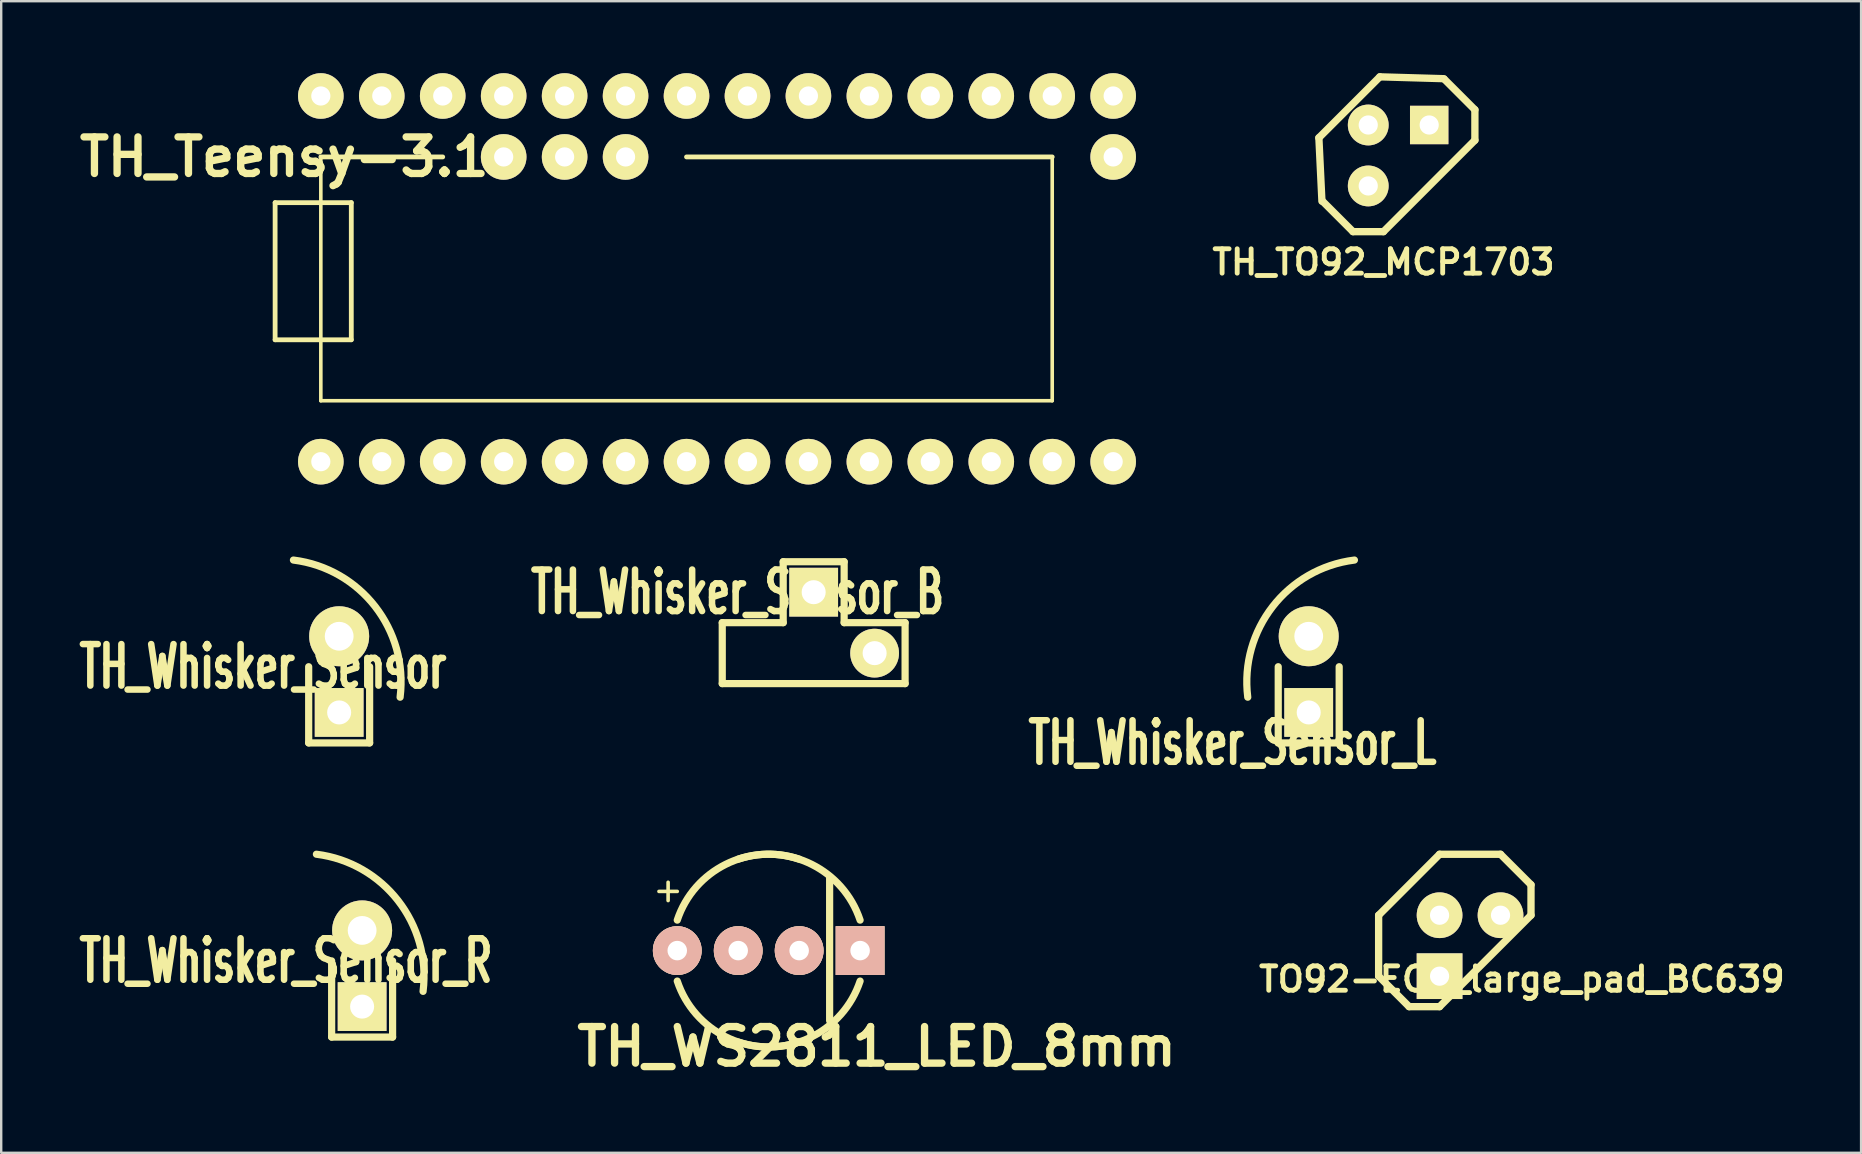
<source format=kicad_pcb>
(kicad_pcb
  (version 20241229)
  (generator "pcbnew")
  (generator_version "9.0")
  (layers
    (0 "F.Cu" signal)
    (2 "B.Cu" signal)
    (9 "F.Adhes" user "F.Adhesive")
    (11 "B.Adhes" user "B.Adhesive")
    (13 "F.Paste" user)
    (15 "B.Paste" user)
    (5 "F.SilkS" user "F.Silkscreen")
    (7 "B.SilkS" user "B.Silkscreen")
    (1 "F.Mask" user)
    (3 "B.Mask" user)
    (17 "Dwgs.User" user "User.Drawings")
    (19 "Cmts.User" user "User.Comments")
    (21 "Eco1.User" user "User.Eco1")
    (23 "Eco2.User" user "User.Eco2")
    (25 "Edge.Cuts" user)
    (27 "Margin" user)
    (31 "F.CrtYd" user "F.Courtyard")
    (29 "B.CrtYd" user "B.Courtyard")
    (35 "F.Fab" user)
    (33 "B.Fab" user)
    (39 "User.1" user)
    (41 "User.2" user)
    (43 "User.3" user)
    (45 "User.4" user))
  (footprint "TH_WS2811_LED_8mm"
    (layer "F.Cu")
    (at 28.984 36.565)
    (property "Reference" "TH_WS2811_LED_8mm" (at 4.5 4 0) (layer "F.SilkS") (effects (font (size 1.524 1.524) (thickness 0.305))))
    (attr exclude_from_pos_files exclude_from_bom)
    (fp_line (start 2.54 -3.048) (end 2.54 2.921) (stroke (width 0.3) (type solid)) (layer "F.SilkS"))
    (fp_arc (start -3.81 -1.27) (mid -1.796051 -3.592102) (end 1.27 -3.81) (stroke (width 0.3) (type solid)) (layer "F.SilkS"))
    (fp_arc (start -1.27 -3.81) (mid 1.796051 -3.592102) (end 3.81 -1.27) (stroke (width 0.3) (type solid)) (layer "F.SilkS"))
    (fp_arc (start 1.27 3.81) (mid -1.796051 3.592102) (end -3.81 1.27) (stroke (width 0.3) (type solid)) (layer "F.SilkS"))
    (fp_arc (start 3.81 1.27) (mid 1.796051 3.592102) (end -1.27 3.81) (stroke (width 0.3) (type solid)) (layer "F.SilkS"))
    (fp_text user "+" (at -4.191 -2.54 0) (layer "F.SilkS") (effects (font (size 1 1) (thickness 0.15))))
    (pad "1" thru_hole rect (at 3.81 0) (size 2.032 2.032) (drill 0.813) (layers "*.Cu" "*.SilkS" "*.Mask" "F.Paste"))
    (pad "2" thru_hole circle (at 1.27 0) (size 2.032 2.032) (drill 0.813) (layers "*.Cu" "*.SilkS" "*.Mask" "F.Paste"))
    (pad "3" thru_hole circle (at -1.27 0) (size 2.032 2.032) (drill 0.813) (layers "*.Cu" "*.SilkS" "*.Mask" "F.Paste"))
    (pad "4" thru_hole circle (at -3.81 0) (size 2.032 2.032) (drill 0.813) (layers "*.Cu" "*.SilkS" "*.Mask" "F.Paste")))
  (footprint "TH_TO92_MCP1703"
    (layer "F.Cu")
    (at 55.875 4.064)
    (property "Reference" "TH_TO92_MCP1703" (at -1.27 3.81 0) (layer "F.SilkS") (effects (font (size 1.016 1.016) (thickness 0.203))))
    (attr through_hole)
    (fp_line (start -3.962 -1.372) (end -3.835 1.27) (stroke (width 0.305) (type solid)) (layer "F.SilkS"))
    (fp_line (start -3.81 1.27) (end -2.54 2.54) (stroke (width 0.305) (type solid)) (layer "F.SilkS"))
    (fp_line (start -2.54 2.54) (end -1.27 2.54) (stroke (width 0.305) (type solid)) (layer "F.SilkS"))
    (fp_line (start -1.422 -3.912) (end -3.962 -1.372) (stroke (width 0.305) (type solid)) (layer "F.SilkS"))
    (fp_line (start -1.422 -3.912) (end 1.245 -3.835) (stroke (width 0.305) (type solid)) (layer "F.SilkS"))
    (fp_line (start -1.27 2.54) (end 2.54 -1.27) (stroke (width 0.305) (type solid)) (layer "F.SilkS"))
    (fp_line (start 2.54 -2.54) (end 1.27 -3.81) (stroke (width 0.305) (type solid)) (layer "F.SilkS"))
    (fp_line (start 2.54 -1.27) (end 2.54 -2.54) (stroke (width 0.305) (type solid)) (layer "F.SilkS"))
    (pad "GND" thru_hole circle (at -1.905 0.635) (size 1.7 1.7) (drill 0.8) (layers "*.Cu" "*.Mask" "F.SilkS"))
    (pad "VI" thru_hole circle (at -1.905 -1.905) (size 1.7 1.7) (drill 0.8) (layers "*.Cu" "*.Mask" "F.SilkS"))
    (pad "VO" thru_hole rect (at 0.635 -1.905) (size 1.6 1.6) (drill 0.8) (layers "*.Cu" "*.Mask" "F.SilkS")))
  (footprint "TH_Whisker_Sensor_B"
    (layer "F.Cu")
    (at 30.859 22.899)
    (property "Reference" "TH_Whisker_Sensor_B" (at -3.175 -1.27 0) (layer "F.SilkS") (effects (font (size 1.73 1.087) (thickness 0.272))))
    (attr through_hole)
    (fp_line (start -3.81 0) (end -1.27 0) (stroke (width 0.3) (type solid)) (layer "F.SilkS"))
    (fp_line (start -3.81 2.54) (end -3.81 0) (stroke (width 0.3) (type solid)) (layer "F.SilkS"))
    (fp_line (start -1.27 -2.54) (end 1.27 -2.54) (stroke (width 0.3) (type solid)) (layer "F.SilkS"))
    (fp_line (start -1.27 0) (end -1.27 -2.54) (stroke (width 0.3) (type solid)) (layer "F.SilkS"))
    (fp_line (start 1.27 -2.54) (end 1.27 0) (stroke (width 0.3) (type solid)) (layer "F.SilkS"))
    (fp_line (start 1.27 0) (end 3.81 0) (stroke (width 0.3) (type solid)) (layer "F.SilkS"))
    (fp_line (start 3.81 0) (end 3.81 2.54) (stroke (width 0.3) (type solid)) (layer "F.SilkS"))
    (fp_line (start 3.81 2.54) (end -3.81 2.54) (stroke (width 0.3) (type solid)) (layer "F.SilkS"))
    (pad "1" thru_hole rect (at 0 -1.27) (size 2.032 2.032) (drill 1.001) (layers "*.Cu" "*.Mask" "F.SilkS"))
    (pad "2" thru_hole circle (at 2.54 1.27) (size 2.032 2.032) (drill 1.001) (layers "*.Cu" "*.Mask" "F.SilkS")))
  (footprint "TH_Whisker_Sensor_R"
    (layer "F.Cu")
    (at 12.041 38.899)
    (property "Reference" "TH_Whisker_Sensor_R" (at -3.175 -1.905 0) (layer "F.SilkS") (effects (font (size 1.73 1.087) (thickness 0.272))))
    (attr through_hole)
    (fp_line (start -1.27 -1.905) (end -1.27 1.27) (stroke (width 0.3) (type solid)) (layer "F.SilkS"))
    (fp_line (start -1.27 1.27) (end 1.27 1.27) (stroke (width 0.3) (type solid)) (layer "F.SilkS"))
    (fp_line (start 1.27 1.27) (end 1.27 -1.905) (stroke (width 0.3) (type solid)) (layer "F.SilkS"))
    (fp_arc (start -1.905 -6.35) (mid 1.501115 -4.41309) (end 2.54 -0.635) (stroke (width 0.3) (type solid)) (layer "F.SilkS"))
    (pad "1" thru_hole rect (at 0 0) (size 2.032 2.032) (drill 1.001) (layers "*.Cu" "*.Mask" "F.SilkS"))
    (pad "2" thru_hole circle (at 0 -3.175) (size 2.5 2.5) (drill 1.2) (layers "*.Cu" "*.Mask" "F.SilkS")))
  (footprint "TH_Teensy-3.1"
    (layer "F.Cu")
    (at 12.86 16.19)
    (property "Reference" "TH_Teensy-3.1" (at -4.064 -12.7 180) (layer "F.SilkS") (effects (font (size 1.524 1.524) (thickness 0.305))))
    (attr through_hole)
    (fp_line (start -4.445 -10.795) (end -1.27 -10.795) (stroke (width 0.2) (type solid)) (layer "F.SilkS"))
    (fp_line (start -4.445 -5.08) (end -4.445 -10.795) (stroke (width 0.2) (type solid)) (layer "F.SilkS"))
    (fp_line (start -2.54 -12.7) (end 2.54 -12.7) (stroke (width 0.2) (type solid)) (layer "F.SilkS"))
    (fp_line (start -2.54 -2.54) (end -2.54 -12.7) (stroke (width 0.15) (type solid)) (layer "F.SilkS"))
    (fp_line (start -1.27 -10.795) (end -1.27 -5.08) (stroke (width 0.2) (type solid)) (layer "F.SilkS"))
    (fp_line (start -1.27 -5.08) (end -4.445 -5.08) (stroke (width 0.2) (type solid)) (layer "F.SilkS"))
    (fp_line (start 27.94 -12.7) (end 12.7 -12.7) (stroke (width 0.2) (type solid)) (layer "F.SilkS"))
    (fp_line (start 27.94 -12.7) (end 27.94 -2.54) (stroke (width 0.15) (type solid)) (layer "F.SilkS"))
    (fp_line (start 27.94 -2.54) (end -2.54 -2.54) (stroke (width 0.15) (type solid)) (layer "F.SilkS"))
    (pad "0" thru_hole circle (at 0 0) (size 1.9 1.9) (drill 0.8) (layers "*.Cu" "*.Mask" "F.SilkS"))
    (pad "1" thru_hole circle (at 2.54 0) (size 1.9 1.9) (drill 0.8) (layers "*.Cu" "*.Mask" "F.SilkS"))
    (pad "2" thru_hole circle (at 5.08 0) (size 1.9 1.9) (drill 0.8) (layers "*.Cu" "*.Mask" "F.SilkS"))
    (pad "3" thru_hole circle (at 7.62 0) (size 1.9 1.9) (drill 0.8) (layers "*.Cu" "*.Mask" "F.SilkS"))
    (pad "4" thru_hole circle (at 10.16 0) (size 1.9 1.9) (drill 0.8) (layers "*.Cu" "*.Mask" "F.SilkS"))
    (pad "5" thru_hole circle (at 12.7 0) (size 1.9 1.9) (drill 0.8) (layers "*.Cu" "*.Mask" "F.SilkS"))
    (pad "6" thru_hole circle (at 15.24 0) (size 1.9 1.9) (drill 0.8) (layers "*.Cu" "*.Mask" "F.SilkS"))
    (pad "7" thru_hole circle (at 17.78 0) (size 1.9 1.9) (drill 0.8) (layers "*.Cu" "*.Mask" "F.SilkS"))
    (pad "8" thru_hole circle (at 20.32 0) (size 1.9 1.9) (drill 0.8) (layers "*.Cu" "*.Mask" "F.SilkS"))
    (pad "9" thru_hole circle (at 22.86 0) (size 1.9 1.9) (drill 0.8) (layers "*.Cu" "*.Mask" "F.SilkS"))
    (pad "10" thru_hole circle (at 25.4 0) (size 1.9 1.9) (drill 0.8) (layers "*.Cu" "*.Mask" "F.SilkS"))
    (pad "11" thru_hole circle (at 27.94 0) (size 1.9 1.9) (drill 0.8) (layers "*.Cu" "*.Mask" "F.SilkS"))
    (pad "12" thru_hole circle (at 30.48 0) (size 1.9 1.9) (drill 0.8) (layers "*.Cu" "*.Mask" "F.SilkS"))
    (pad "13" thru_hole circle (at 30.48 -15.24) (size 1.9 1.9) (drill 0.8) (layers "*.Cu" "*.Mask" "F.SilkS"))
    (pad "14" thru_hole circle (at 27.94 -15.24) (size 1.9 1.9) (drill 0.8) (layers "*.Cu" "*.Mask" "F.SilkS"))
    (pad "15" thru_hole circle (at 25.4 -15.24) (size 1.9 1.9) (drill 0.8) (layers "*.Cu" "*.Mask" "F.SilkS"))
    (pad "16" thru_hole circle (at 22.86 -15.24) (size 1.9 1.9) (drill 0.8) (layers "*.Cu" "*.Mask" "F.SilkS"))
    (pad "17" thru_hole circle (at 20.32 -15.24) (size 1.9 1.9) (drill 0.8) (layers "*.Cu" "*.Mask" "F.SilkS"))
    (pad "18" thru_hole circle (at 17.78 -15.24) (size 1.9 1.9) (drill 0.8) (layers "*.Cu" "*.Mask" "F.SilkS"))
    (pad "19" thru_hole circle (at 15.24 -15.24) (size 1.9 1.9) (drill 0.8) (layers "*.Cu" "*.Mask" "F.SilkS"))
    (pad "20" thru_hole circle (at 12.7 -15.24) (size 1.9 1.9) (drill 0.8) (layers "*.Cu" "*.Mask" "F.SilkS"))
    (pad "21" thru_hole circle (at 10.16 -15.24) (size 1.9 1.9) (drill 0.8) (layers "*.Cu" "*.Mask" "F.SilkS"))
    (pad "22" thru_hole circle (at 7.62 -15.24) (size 1.9 1.9) (drill 0.8) (layers "*.Cu" "*.Mask" "F.SilkS"))
    (pad "23" thru_hole circle (at 5.08 -15.24) (size 1.9 1.9) (drill 0.8) (layers "*.Cu" "*.Mask" "F.SilkS"))
    (pad "24" thru_hole circle (at 2.54 -15.24) (size 1.9 1.9) (drill 0.8) (layers "*.Cu" "*.Mask" "F.SilkS"))
    (pad "25" thru_hole circle (at 0 -15.24) (size 1.9 1.9) (drill 0.8) (layers "*.Cu" "*.Mask" "F.SilkS"))
    (pad "26" thru_hole circle (at -2.54 -15.24) (size 1.9 1.9) (drill 0.8) (layers "*.Cu" "*.Mask" "F.SilkS"))
    (pad "27" thru_hole circle (at -2.54 0) (size 1.9 1.9) (drill 0.8) (layers "*.Cu" "*.Mask" "F.SilkS"))
    (pad "32" thru_hole circle (at 30.48 -12.7) (size 1.9 1.9) (drill 0.8) (layers "*.Cu" "*.Mask" "F.SilkS"))
    (pad "33" thru_hole circle (at 10.16 -12.7) (size 1.9 1.9) (drill 0.8) (layers "*.Cu" "*.Mask" "F.SilkS"))
    (pad "34" thru_hole circle (at 7.62 -12.7) (size 1.9 1.9) (drill 0.8) (layers "*.Cu" "*.Mask" "F.SilkS"))
    (pad "35" thru_hole circle (at 5.08 -12.7) (size 1.9 1.9) (drill 0.8) (layers "*.Cu" "*.Mask" "F.SilkS")))
  (footprint "TO92-ECB_large_pad_BC639"
    (layer "F.Cu")
    (at 58.213 36.361)
    (property "Reference" "TO92-ECB_large_pad_BC639" (at 2.159 1.397 0) (layer "F.SilkS") (effects (font (size 1.016 1.016) (thickness 0.203))))
    (attr through_hole)
    (fp_line (start -3.81 -1.27) (end -3.81 1.27) (stroke (width 0.305) (type solid)) (layer "F.SilkS"))
    (fp_line (start -3.81 1.27) (end -2.54 2.54) (stroke (width 0.305) (type solid)) (layer "F.SilkS"))
    (fp_line (start -2.54 2.54) (end -1.27 2.54) (stroke (width 0.305) (type solid)) (layer "F.SilkS"))
    (fp_line (start -1.27 -3.81) (end -3.81 -1.27) (stroke (width 0.305) (type solid)) (layer "F.SilkS"))
    (fp_line (start -1.27 2.54) (end 2.54 -1.27) (stroke (width 0.305) (type solid)) (layer "F.SilkS"))
    (fp_line (start 1.27 -3.81) (end -1.27 -3.81) (stroke (width 0.305) (type solid)) (layer "F.SilkS"))
    (fp_line (start 2.54 -2.54) (end 1.27 -3.81) (stroke (width 0.305) (type solid)) (layer "F.SilkS"))
    (fp_line (start 2.54 -1.27) (end 2.54 -2.54) (stroke (width 0.305) (type solid)) (layer "F.SilkS"))
    (pad "1" thru_hole circle (at -1.27 -1.27) (size 1.905 1.905) (drill 0.8) (layers "*.Cu" "*.Mask" "F.SilkS"))
    (pad "2" thru_hole circle (at 1.27 -1.27) (size 1.905 1.905) (drill 0.8) (layers "*.Cu" "*.Mask" "F.SilkS"))
    (pad "3" thru_hole rect (at -1.27 1.27) (size 1.905 1.905) (drill 0.8) (layers "*.Cu" "*.Mask" "F.SilkS")))
  (footprint "TH_Whisker_Sensor_L"
    (layer "F.Cu")
    (at 51.489 26.64)
    (property "Reference" "TH_Whisker_Sensor_L" (at -3.175 1.27 0) (layer "F.SilkS") (effects (font (size 1.73 1.087) (thickness 0.272))))
    (attr through_hole)
    (fp_line (start -1.27 -1.905) (end -1.27 1.27) (stroke (width 0.3) (type solid)) (layer "F.SilkS"))
    (fp_line (start -1.27 1.27) (end 1.27 1.27) (stroke (width 0.3) (type solid)) (layer "F.SilkS"))
    (fp_line (start 1.27 1.27) (end 1.27 -1.905) (stroke (width 0.3) (type solid)) (layer "F.SilkS"))
    (fp_arc (start -2.54 -0.635) (mid -1.501115 -4.41309) (end 1.905 -6.35) (stroke (width 0.3) (type solid)) (layer "F.SilkS"))
    (pad "1" thru_hole rect (at 0 0) (size 2.032 2.032) (drill 1.001) (layers "*.Cu" "*.Mask" "F.SilkS"))
    (pad "2" thru_hole circle (at 0 -3.175) (size 2.5 2.5) (drill 1.2) (layers "*.Cu" "*.Mask" "F.SilkS")))
  (footprint "TH_Whisker_Sensor"
    (layer "F.Cu")
    (at 11.084 26.64)
    (property "Reference" "TH_Whisker_Sensor" (at -3.175 -1.905 0) (layer "F.SilkS") (effects (font (size 1.73 1.087) (thickness 0.272))))
    (attr through_hole)
    (fp_line (start -1.27 -1.905) (end -1.27 1.27) (stroke (width 0.3) (type solid)) (layer "F.SilkS"))
    (fp_line (start -1.27 1.27) (end 1.27 1.27) (stroke (width 0.3) (type solid)) (layer "F.SilkS"))
    (fp_line (start 1.27 1.27) (end 1.27 -1.905) (stroke (width 0.3) (type solid)) (layer "F.SilkS"))
    (fp_arc (start -1.905 -6.35) (mid 1.501115 -4.41309) (end 2.54 -0.635) (stroke (width 0.3) (type solid)) (layer "F.SilkS"))
    (pad "1" thru_hole rect (at 0 0) (size 2.032 2.032) (drill 1.001) (layers "*.Cu" "*.Mask" "F.SilkS"))
    (pad "2" thru_hole circle (at 0 -3.175) (size 2.5 2.5) (drill 1.2) (layers "*.Cu" "*.Mask" "F.SilkS")))
  (gr_rect
    (start -3 -3)
    (end 74.509 44.991)
    (stroke (width 0.1) (type default))
    (fill no)
    (layer "Edge.Cuts")))
</source>
